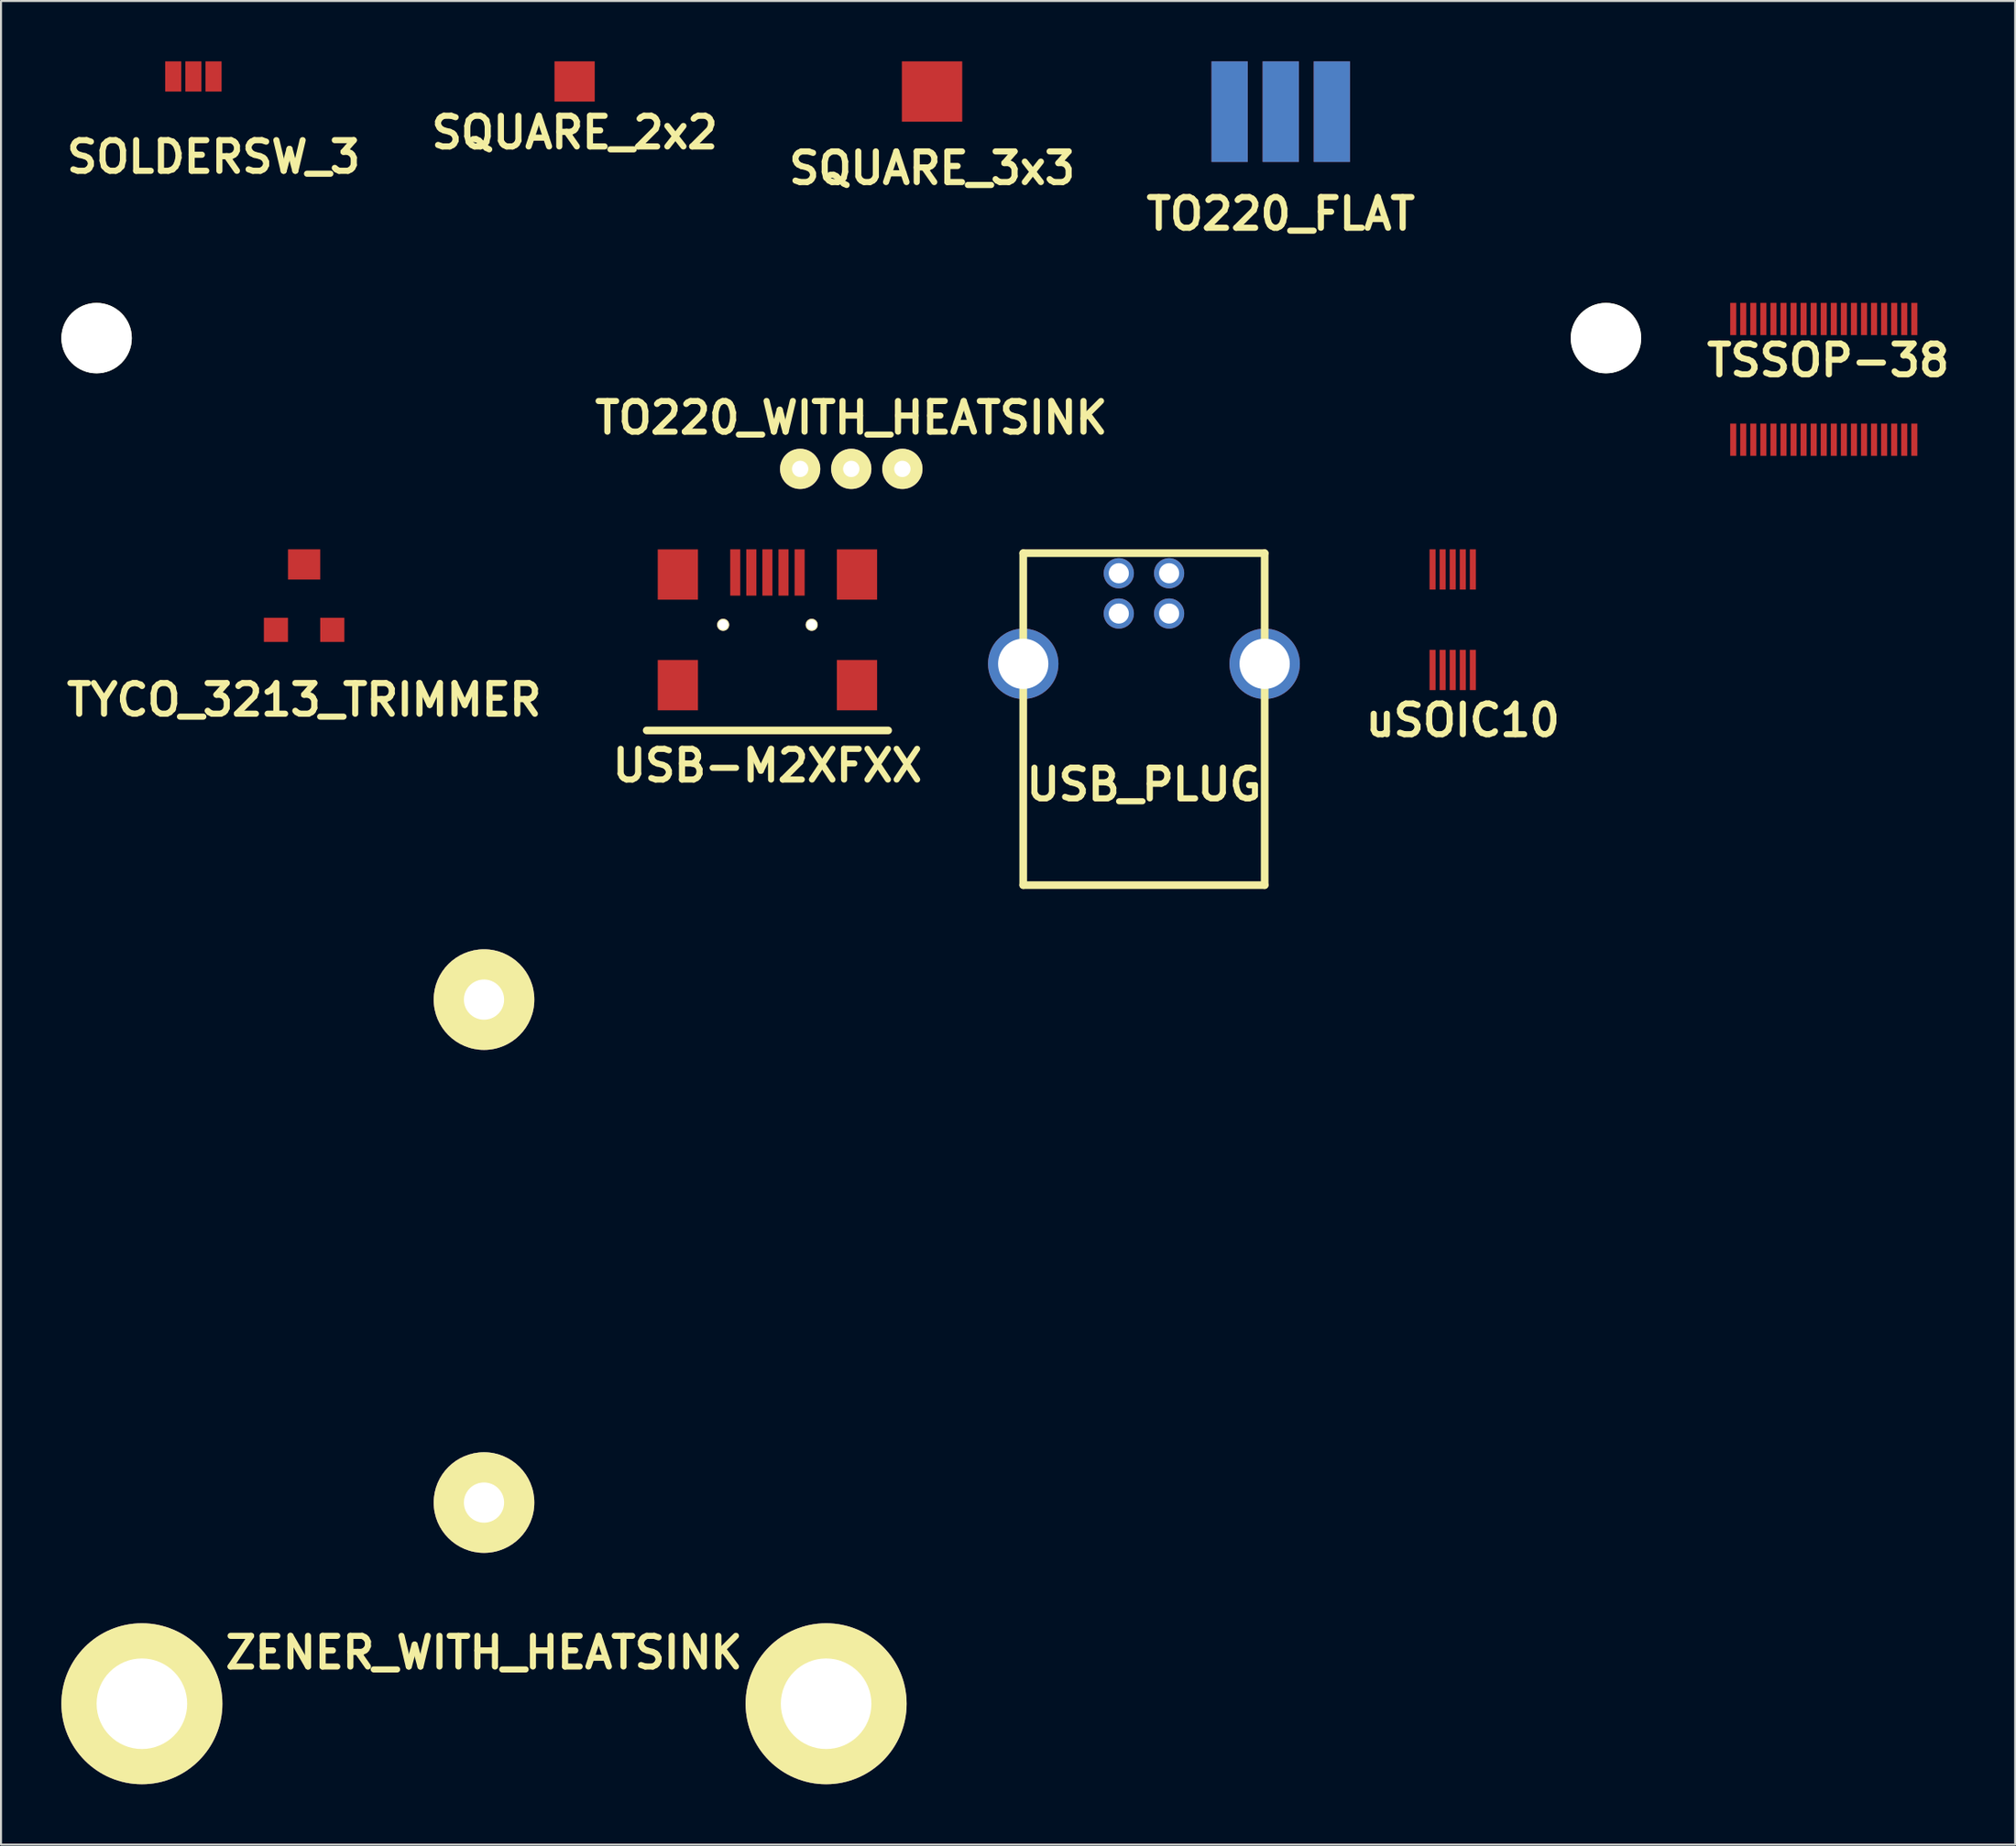
<source format=kicad_pcb>
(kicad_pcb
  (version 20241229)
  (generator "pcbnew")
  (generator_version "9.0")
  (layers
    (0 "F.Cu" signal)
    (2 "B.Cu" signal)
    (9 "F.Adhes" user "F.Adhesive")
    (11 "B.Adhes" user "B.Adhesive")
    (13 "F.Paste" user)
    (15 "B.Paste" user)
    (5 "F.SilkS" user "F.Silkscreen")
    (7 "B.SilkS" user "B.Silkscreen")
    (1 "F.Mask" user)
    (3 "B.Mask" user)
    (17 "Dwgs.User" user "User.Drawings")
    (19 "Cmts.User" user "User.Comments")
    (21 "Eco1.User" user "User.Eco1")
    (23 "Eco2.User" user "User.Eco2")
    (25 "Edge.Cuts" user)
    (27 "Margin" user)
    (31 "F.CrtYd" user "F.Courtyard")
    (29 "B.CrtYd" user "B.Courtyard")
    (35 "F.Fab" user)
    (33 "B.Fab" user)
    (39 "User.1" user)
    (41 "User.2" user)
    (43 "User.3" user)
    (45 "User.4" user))
  (footprint "ZENER_WITH_HEATSINK"
    (layer "F.Cu")
    (at 21.001 81.639)
    (property "Reference" "ZENER_WITH_HEATSINK" (at 0 -2.54 0) (layer "F.SilkS") (effects (font (size 1.524 1.524) (thickness 0.305))))
    (attr through_hole)
    (pad "1" thru_hole circle (at -17 0) (size 8.001 8.001) (drill 4.501) (layers "*.Cu" "*.Mask" "F.SilkS"))
    (pad "1" thru_hole circle (at 0 -10) (size 5.001 5.001) (drill 1.999) (layers "*.Cu" "*.Mask" "F.SilkS"))
    (pad "1" thru_hole circle (at 17 0) (size 8.001 8.001) (drill 4.501) (layers "*.Cu" "*.Mask" "F.SilkS"))
    (pad "2" thru_hole circle (at 0 -35.001) (size 5.001 5.001) (drill 1.999) (layers "*.Cu" "*.Mask" "F.SilkS")))
  (footprint "uSOIC10"
    (layer "F.Cu")
    (at 69.138 27.755)
    (property "Reference" "uSOIC10" (at 0.5 5.001 0) (layer "F.SilkS") (effects (font (size 1.524 1.524) (thickness 0.305))))
    (attr through_hole)
    (pad "1" smd rect (at -1.003 2.499) (size 0.3 1.999) (layers "F.Cu" "F.Mask" "F.Paste"))
    (pad "2" smd rect (at -0.503 2.499) (size 0.3 1.999) (layers "F.Cu" "F.Mask" "F.Paste"))
    (pad "3" smd rect (at -0.003 2.499) (size 0.3 1.999) (layers "F.Cu" "F.Mask" "F.Paste"))
    (pad "4" smd rect (at 0.498 2.499) (size 0.3 1.999) (layers "F.Cu" "F.Mask" "F.Paste"))
    (pad "5" smd rect (at 0.998 2.499) (size 0.3 1.999) (layers "F.Cu" "F.Mask" "F.Paste"))
    (pad "6" smd rect (at 0.998 -2.499) (size 0.3 1.999) (layers "F.Cu" "F.Mask" "F.Paste"))
    (pad "7" smd rect (at 0.498 -2.499) (size 0.3 1.999) (layers "F.Cu" "F.Mask" "F.Paste"))
    (pad "8" smd rect (at -0.003 -2.499) (size 0.3 1.999) (layers "F.Cu" "F.Mask" "F.Paste"))
    (pad "9" smd rect (at -0.503 -2.499) (size 0.3 1.999) (layers "F.Cu" "F.Mask" "F.Paste"))
    (pad "10" smd rect (at -1.003 -2.499) (size 0.3 1.999) (layers "F.Cu" "F.Mask" "F.Paste")))
  (footprint "TYCO_3213_TRIMMER"
    (layer "F.Cu")
    (at 12.061 26.658)
    (property "Reference" "TYCO_3213_TRIMMER" (at 0 5.08 0) (layer "F.SilkS") (effects (font (size 1.524 1.524) (thickness 0.305))))
    (attr through_hole)
    (pad "1" smd rect (at -1.4 1.6) (size 1.199 1.199) (layers "F.Cu" "F.Mask" "F.Paste"))
    (pad "2" smd rect (at 0 -1.651) (size 1.6 1.501) (layers "F.Cu" "F.Mask" "F.Paste"))
    (pad "3" smd rect (at 1.4 1.6) (size 1.199 1.199) (layers "F.Cu" "F.Mask" "F.Paste")))
  (footprint "USB_PLUG"
    (layer "F.Cu")
    (at 53.794 29.946)
    (property "Reference" "USB_PLUG" (at 0 5.999 0) (layer "F.SilkS") (effects (font (size 1.524 1.524) (thickness 0.305))))
    (attr through_hole)
    (fp_line (start -5.999 -5.499) (end 5.999 -5.499) (stroke (width 0.381) (type solid)) (layer "F.SilkS"))
    (fp_line (start -5.999 0) (end -5.999 -5.499) (stroke (width 0.381) (type solid)) (layer "F.SilkS"))
    (fp_line (start -5.999 0) (end -5.999 11.001) (stroke (width 0.381) (type solid)) (layer "F.SilkS"))
    (fp_line (start -5.999 11.001) (end 5.999 11.001) (stroke (width 0.381) (type solid)) (layer "F.SilkS"))
    (fp_line (start 5.999 -5.499) (end 5.999 0) (stroke (width 0.381) (type solid)) (layer "F.SilkS"))
    (fp_line (start 5.999 11.001) (end 5.999 0) (stroke (width 0.381) (type solid)) (layer "F.SilkS"))
    (pad "1" thru_hole circle (at -1.25 -4.501) (size 1.501 1.501) (drill 1.001) (layers "*.Cu"))
    (pad "2" thru_hole circle (at 1.25 -4.501) (size 1.501 1.501) (drill 1.001) (layers "*.Cu"))
    (pad "3" thru_hole circle (at 1.25 -2.499) (size 1.501 1.501) (drill 1.001) (layers "*.Cu"))
    (pad "4" thru_hole circle (at -1.25 -2.499) (size 1.501 1.501) (drill 1.001) (layers "*.Cu"))
    (pad "5" thru_hole circle (at -5.999 0) (size 3.5 3.5) (drill 2.499) (layers "*.Cu"))
    (pad "6" thru_hole circle (at 5.999 0) (size 3.5 3.5) (drill 2.499) (layers "*.Cu")))
  (footprint "TO220_WITH_HEATSINK"
    (layer "F.Cu")
    (at 39.251 20.257)
    (property "Reference" "TO220_WITH_HEATSINK" (at 0 -2.54 0) (layer "F.SilkS") (effects (font (size 1.524 1.524) (thickness 0.305))))
    (attr through_hole)
    (pad "" np_thru_hole circle (at -37.501 -6.5) (size 3.5 3.5) (drill 3.5) (layers "*.Cu" "*.Mask" "F.SilkS"))
    (pad "" np_thru_hole circle (at 37.501 -6.5) (size 3.5 3.5) (drill 3.5) (layers "*.Cu" "*.Mask" "F.SilkS"))
    (pad "1" thru_hole circle (at -2.54 0) (size 1.999 1.999) (drill 0.813) (layers "*.Cu" "*.Mask" "F.SilkS"))
    (pad "2" thru_hole circle (at 0 0) (size 1.999 1.999) (drill 0.813) (layers "*.Cu" "*.Mask" "F.SilkS"))
    (pad "3" thru_hole circle (at 2.54 0) (size 1.999 1.999) (drill 0.813) (layers "*.Cu" "*.Mask" "F.SilkS")))
  (footprint "TSSOP-38"
    (layer "F.Cu")
    (at 87.575 15.807)
    (property "Reference" "TSSOP-38" (at 0.218 -0.942 0) (layer "F.SilkS") (effects (font (size 1.524 1.524) (thickness 0.305))))
    (attr through_hole)
    (pad "1" smd rect (at -4.498 3) (size 0.3 1.6) (layers "F.Cu" "F.Mask" "F.Paste"))
    (pad "2" smd rect (at -4 3) (size 0.3 1.6) (layers "F.Cu" "F.Mask" "F.Paste"))
    (pad "3" smd rect (at -3.5 3) (size 0.3 1.6) (layers "F.Cu" "F.Mask" "F.Paste"))
    (pad "4" smd rect (at -3 3) (size 0.3 1.6) (layers "F.Cu" "F.Mask" "F.Paste"))
    (pad "5" smd rect (at -2.499 3) (size 0.3 1.6) (layers "F.Cu" "F.Mask" "F.Paste"))
    (pad "6" smd rect (at -1.999 3) (size 0.3 1.6) (layers "F.Cu" "F.Mask" "F.Paste"))
    (pad "7" smd rect (at -1.499 3) (size 0.3 1.6) (layers "F.Cu" "F.Mask" "F.Paste"))
    (pad "8" smd rect (at -1.001 3) (size 0.3 1.6) (layers "F.Cu" "F.Mask" "F.Paste"))
    (pad "9" smd rect (at -0.5 3) (size 0.3 1.6) (layers "F.Cu" "F.Mask" "F.Paste"))
    (pad "10" smd rect (at 0 3) (size 0.3 1.6) (layers "F.Cu" "F.Mask" "F.Paste"))
    (pad "11" smd rect (at 0.5 3) (size 0.3 1.6) (layers "F.Cu" "F.Mask" "F.Paste"))
    (pad "12" smd rect (at 1.001 3) (size 0.3 1.6) (layers "F.Cu" "F.Mask" "F.Paste"))
    (pad "13" smd rect (at 1.501 3) (size 0.3 1.6) (layers "F.Cu" "F.Mask" "F.Paste"))
    (pad "14" smd rect (at 2.002 3) (size 0.3 1.6) (layers "F.Cu" "F.Mask" "F.Paste"))
    (pad "15" smd rect (at 2.499 3) (size 0.3 1.6) (layers "F.Cu" "F.Mask" "F.Paste"))
    (pad "16" smd rect (at 3 3) (size 0.3 1.6) (layers "F.Cu" "F.Mask" "F.Paste"))
    (pad "17" smd rect (at 3.5 3) (size 0.3 1.6) (layers "F.Cu" "F.Mask" "F.Paste"))
    (pad "18" smd rect (at 4 3) (size 0.3 1.6) (layers "F.Cu" "F.Mask" "F.Paste"))
    (pad "19" smd rect (at 4.501 3) (size 0.3 1.6) (layers "F.Cu" "F.Mask" "F.Paste"))
    (pad "20" smd rect (at 4.501 -3) (size 0.3 1.6) (layers "F.Cu" "F.Mask" "F.Paste"))
    (pad "21" smd rect (at 4 -3) (size 0.3 1.6) (layers "F.Cu" "F.Mask" "F.Paste"))
    (pad "22" smd rect (at 3.5 -3) (size 0.3 1.6) (layers "F.Cu" "F.Mask" "F.Paste"))
    (pad "23" smd rect (at 3 -3) (size 0.3 1.6) (layers "F.Cu" "F.Mask" "F.Paste"))
    (pad "24" smd rect (at 2.499 -3) (size 0.3 1.6) (layers "F.Cu" "F.Mask" "F.Paste"))
    (pad "25" smd rect (at 2.002 -3) (size 0.3 1.6) (layers "F.Cu" "F.Mask" "F.Paste"))
    (pad "26" smd rect (at 1.501 -3) (size 0.3 1.6) (layers "F.Cu" "F.Mask" "F.Paste"))
    (pad "27" smd rect (at 1.001 -3) (size 0.3 1.6) (layers "F.Cu" "F.Mask" "F.Paste"))
    (pad "28" smd rect (at 0.5 -3) (size 0.3 1.6) (layers "F.Cu" "F.Mask" "F.Paste"))
    (pad "29" smd rect (at 0 -3) (size 0.3 1.6) (layers "F.Cu" "F.Mask" "F.Paste"))
    (pad "30" smd rect (at -0.5 -3) (size 0.3 1.6) (layers "F.Cu" "F.Mask" "F.Paste"))
    (pad "31" smd rect (at -1.001 -3) (size 0.3 1.6) (layers "F.Cu" "F.Mask" "F.Paste"))
    (pad "32" smd rect (at -1.499 -3) (size 0.3 1.6) (layers "F.Cu" "F.Mask" "F.Paste"))
    (pad "33" smd rect (at -1.999 -3) (size 0.3 1.6) (layers "F.Cu" "F.Mask" "F.Paste"))
    (pad "34" smd rect (at -2.499 -3) (size 0.3 1.6) (layers "F.Cu" "F.Mask" "F.Paste"))
    (pad "35" smd rect (at -3 -3) (size 0.3 1.6) (layers "F.Cu" "F.Mask" "F.Paste"))
    (pad "36" smd rect (at -3.5 -3) (size 0.3 1.6) (layers "F.Cu" "F.Mask" "F.Paste"))
    (pad "37" smd rect (at -4 -3) (size 0.3 1.6) (layers "F.Cu" "F.Mask" "F.Paste"))
    (pad "38" smd rect (at -4.498 -3) (size 0.3 1.6) (layers "F.Cu" "F.Mask" "F.Paste")))
  (footprint "SOLDERSW_3"
    (layer "F.Cu")
    (at 6.561 0.751)
    (property "Reference" "SOLDERSW_3" (at 1.001 4 0) (layer "F.SilkS") (effects (font (size 1.524 1.524) (thickness 0.305))))
    (attr through_hole)
    (pad "1" smd rect (at -1.001 0) (size 0.8 1.501) (layers "F.Cu" "F.Mask" "F.Paste"))
    (pad "2" smd rect (at 0 0) (size 0.8 1.501) (layers "F.Cu" "F.Mask" "F.Paste"))
    (pad "3" smd rect (at 1.001 0) (size 0.8 1.501) (layers "F.Cu" "F.Mask" "F.Paste")))
  (footprint "TO220_FLAT"
    (layer "F.Cu")
    (at 60.591 2.501)
    (property "Reference" "TO220_FLAT" (at 0 5.08 0) (layer "F.SilkS") (effects (font (size 1.524 1.524) (thickness 0.305))))
    (attr through_hole)
    (pad "D" thru_hole rect (at 0 0) (size 1.801 5.001) (drill 0.000001) (layers "F.Cu"))
    (pad "G" thru_hole rect (at -2.54 0) (size 1.801 5.001) (drill 0.000001) (layers "F.Cu"))
    (pad "S" thru_hole rect (at 2.54 0) (size 1.801 5.001) (drill 0.000001) (layers "F.Cu")))
  (footprint "USB-M2XFXX"
    (layer "F.Cu")
    (at 35.084 28.008)
    (property "Reference" "USB-M2XFXX" (at 0 7 0) (layer "F.SilkS") (effects (font (size 1.524 1.524) (thickness 0.305))))
    (attr through_hole)
    (fp_line (start -5.999 5.25) (end 5.999 5.25) (stroke (width 0.381) (type solid)) (layer "F.SilkS"))
    (pad "1" smd rect (at -1.6 -2.601) (size 0.5 2.301) (layers "F.Cu" "F.Mask" "F.Paste"))
    (pad "2" smd rect (at -0.8 -2.601) (size 0.5 2.301) (layers "F.Cu" "F.Mask" "F.Paste"))
    (pad "3" smd rect (at 0 -2.601) (size 0.5 2.301) (layers "F.Cu" "F.Mask" "F.Paste"))
    (pad "4" smd rect (at 0.8 -2.601) (size 0.5 2.301) (layers "F.Cu" "F.Mask" "F.Paste"))
    (pad "5" smd rect (at 1.6 -2.601) (size 0.5 2.301) (layers "F.Cu" "F.Mask" "F.Paste"))
    (pad "6" smd rect (at -4.45 -2.499) (size 1.999 2.499) (layers "F.Cu" "F.Mask" "F.Paste"))
    (pad "7" smd rect (at 4.45 -2.499) (size 1.999 2.499) (layers "F.Cu" "F.Mask" "F.Paste"))
    (pad "8" smd rect (at -4.45 3) (size 1.999 2.499) (layers "F.Cu" "F.Mask" "F.Paste"))
    (pad "9" smd rect (at 4.45 3) (size 1.999 2.499) (layers "F.Cu" "F.Mask" "F.Paste"))
    (pad "10" thru_hole circle (at -2.2 0) (size 0.599 0.599) (drill 0.5) (layers "*.Cu" "*.Mask" "F.SilkS"))
    (pad "11" thru_hole circle (at 2.2 0) (size 0.599 0.599) (drill 0.5) (layers "*.Cu" "*.Mask" "F.SilkS")))
  (footprint "SQUARE_3x3"
    (layer "F.Cu")
    (at 43.265 1.5)
    (property "Reference" "SQUARE_3x3" (at 0 3.81 0) (layer "F.SilkS") (effects (font (size 1.524 1.524) (thickness 0.305))))
    (attr through_hole)
    (pad "1" smd rect (at 0 0) (size 3 3) (layers "F.Cu" "F.Mask" "F.Paste")))
  (footprint "SQUARE_2x2"
    (layer "F.Cu")
    (at 25.504 0.999)
    (property "Reference" "SQUARE_2x2" (at 0 2.54 0) (layer "F.SilkS") (effects (font (size 1.524 1.524) (thickness 0.305))))
    (attr through_hole)
    (pad "1" smd rect (at 0 0) (size 1.999 1.999) (layers "F.Cu" "F.Mask" "F.Paste")))
  (gr_rect
    (start -3 -3)
    (end 97.085 88.64)
    (stroke (width 0.1) (type default))
    (fill no)
    (layer "Edge.Cuts")))
</source>
